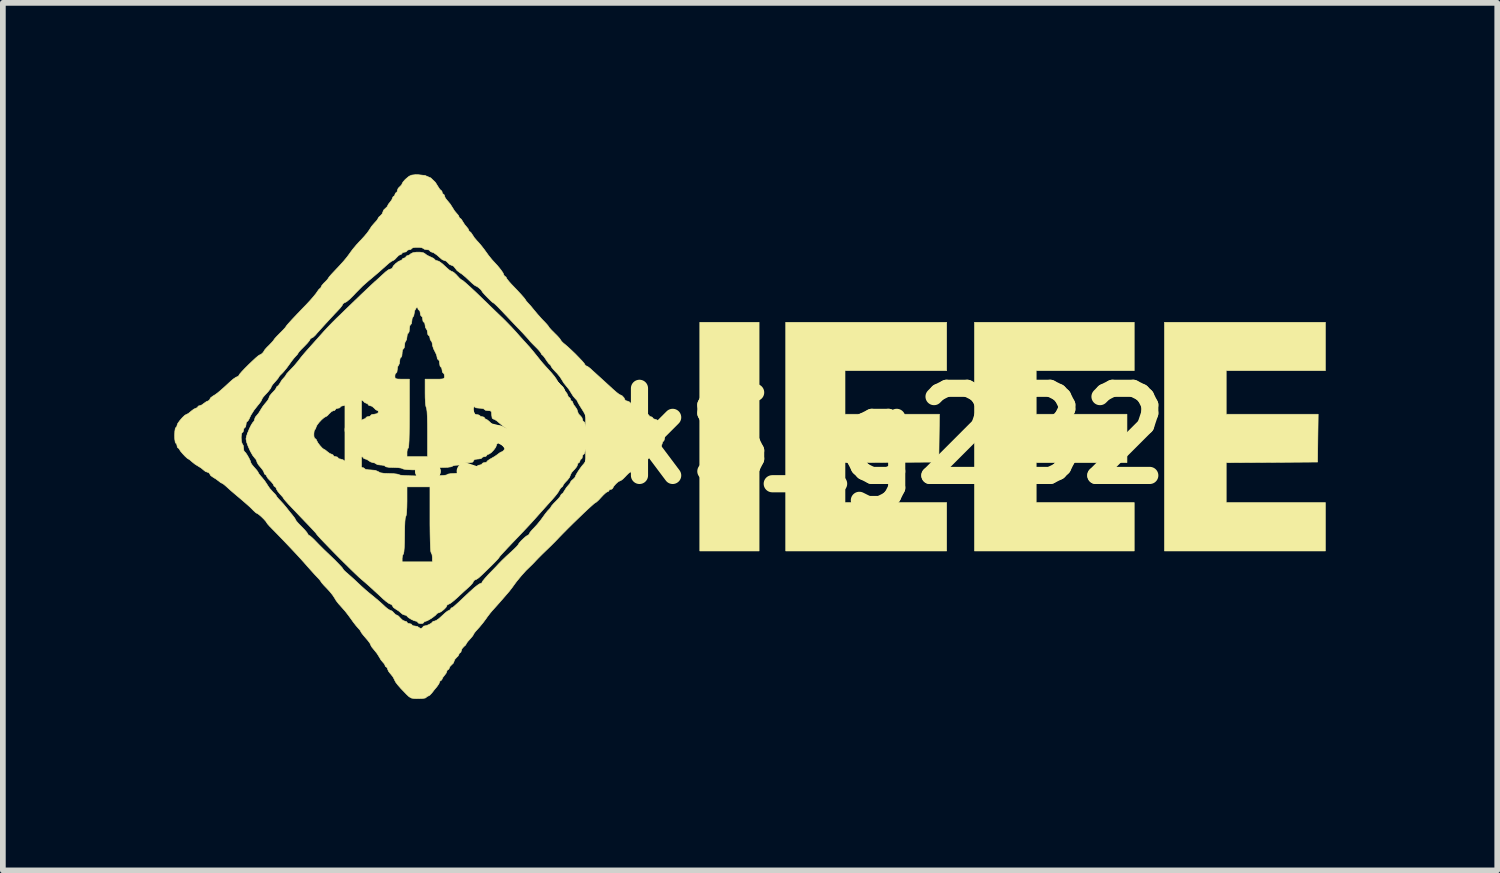
<source format=kicad_pcb>
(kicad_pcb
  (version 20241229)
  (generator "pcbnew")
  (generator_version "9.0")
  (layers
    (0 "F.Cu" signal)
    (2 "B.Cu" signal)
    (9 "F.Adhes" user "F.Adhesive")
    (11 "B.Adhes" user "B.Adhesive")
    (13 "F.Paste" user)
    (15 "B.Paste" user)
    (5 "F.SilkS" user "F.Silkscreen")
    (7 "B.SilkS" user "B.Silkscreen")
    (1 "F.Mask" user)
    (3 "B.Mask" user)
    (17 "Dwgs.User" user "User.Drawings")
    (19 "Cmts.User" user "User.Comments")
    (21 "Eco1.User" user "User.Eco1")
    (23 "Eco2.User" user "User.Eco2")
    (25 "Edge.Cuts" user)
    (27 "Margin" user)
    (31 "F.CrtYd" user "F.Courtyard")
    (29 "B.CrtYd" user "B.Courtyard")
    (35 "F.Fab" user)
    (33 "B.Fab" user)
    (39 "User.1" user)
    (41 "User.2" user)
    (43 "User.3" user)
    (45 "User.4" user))
  (footprint "F.SilkS_g282"
    (layer "F.Cu")
    (at 10.059 4.577)
    (property "Reference" "F.SilkS_g282" (at 0 0 0) (layer "F.SilkS") (effects (font (size 1.524 1.524) (thickness 0.3))))
    (attr through_hole)
    (fp_poly (pts (xy 0.169 2.011) (xy -0.868 2.011) (xy -0.868 -1.99) (xy 0.169 -1.99) (xy 0.169 2.011)) (stroke (width 0.01) (type solid)) (fill yes) (layer "F.SilkS"))
    (fp_poly (pts (xy 6.731 -1.143) (xy 5.016 -1.143) (xy 5.016 -0.381) (xy 6.604 -0.381) (xy 6.604 0.466) (xy 5.016 0.466) (xy 5.016 1.164) (xy 6.731 1.164) (xy 6.731 2.011) (xy 3.937 2.011) (xy 3.937 -1.99) (xy 6.731 -1.99) (xy 6.731 -1.143)) (stroke (width 0.01) (type solid)) (fill yes) (layer "F.SilkS"))
    (fp_poly (pts (xy 3.45 -1.143) (xy 1.672 -1.143) (xy 1.672 -0.381) (xy 3.324 -0.381) (xy 3.318 0.037) (xy 3.313 0.455) (xy 2.492 0.461) (xy 1.672 0.466) (xy 1.672 1.164) (xy 3.45 1.164) (xy 3.45 2.011) (xy 0.635 2.011) (xy 0.635 -1.99) (xy 3.45 -1.99) (xy 3.45 -1.143)) (stroke (width 0.01) (type solid)) (fill yes) (layer "F.SilkS"))
    (fp_poly (pts (xy 10.075 -1.143) (xy 8.34 -1.143) (xy 8.34 -0.381) (xy 9.949 -0.381) (xy 9.943 0.037) (xy 9.938 0.455) (xy 9.139 0.461) (xy 8.34 0.466) (xy 8.34 1.164) (xy 10.075 1.164) (xy 10.075 2.011) (xy 7.26 2.011) (xy 7.26 -1.99) (xy 10.075 -1.99) (xy 10.075 -1.143)) (stroke (width 0.01) (type solid)) (fill yes) (layer "F.SilkS"))
    (fp_poly (pts (xy -5.759 -3.216) (xy -5.701 -3.205) (xy -5.676 -3.19) (xy -5.642 -3.164) (xy -5.588 -3.137) (xy -5.578 -3.133) (xy -5.53 -3.11) (xy -5.505 -3.09) (xy -5.503 -3.086) (xy -5.486 -3.071) (xy -5.472 -3.069) (xy -5.431 -3.056) (xy -5.374 -3.015) (xy -5.295 -2.943) (xy -5.289 -2.937) (xy -5.244 -2.899) (xy -5.208 -2.879) (xy -5.202 -2.878) (xy -5.173 -2.863) (xy -5.131 -2.825) (xy -5.112 -2.804) (xy -5.071 -2.76) (xy -5.041 -2.734) (xy -5.033 -2.731) (xy -5.009 -2.716) (xy -4.956 -2.671) (xy -4.876 -2.599) (xy -4.769 -2.499) (xy -4.638 -2.372) (xy -4.603 -2.339) (xy -4.519 -2.257) (xy -4.432 -2.173) (xy -4.354 -2.098) (xy -4.315 -2.061) (xy -4.242 -1.988) (xy -4.159 -1.902) (xy -4.085 -1.822) (xy -4.019 -1.747) (xy -3.952 -1.673) (xy -3.899 -1.615) (xy -3.895 -1.61) (xy -3.837 -1.546) (xy -3.781 -1.479) (xy -3.764 -1.458) (xy -3.695 -1.372) (xy -3.646 -1.311) (xy -3.608 -1.266) (xy -3.573 -1.227) (xy -3.536 -1.186) (xy -3.535 -1.185) (xy -3.462 -1.105) (xy -3.413 -1.046) (xy -3.379 -0.998) (xy -3.365 -0.974) (xy -3.35 -0.947) (xy -3.331 -0.919) (xy -3.302 -0.882) (xy -3.255 -0.826) (xy -3.223 -0.787) (xy -3.19 -0.741) (xy -3.175 -0.706) (xy -3.175 -0.704) (xy -3.162 -0.679) (xy -3.154 -0.677) (xy -3.135 -0.66) (xy -3.133 -0.646) (xy -3.121 -0.617) (xy -3.111 -0.614) (xy -3.092 -0.597) (xy -3.09 -0.586) (xy -3.077 -0.551) (xy -3.048 -0.513) (xy -3.017 -0.467) (xy -3.006 -0.429) (xy -2.99 -0.387) (xy -2.963 -0.36) (xy -2.93 -0.322) (xy -2.921 -0.292) (xy -2.911 -0.26) (xy -2.9 -0.254) (xy -2.881 -0.237) (xy -2.879 -0.225) (xy -2.869 -0.186) (xy -2.847 -0.135) (xy -2.826 -0.07) (xy -2.817 0.013) (xy -2.818 0.098) (xy -2.831 0.169) (xy -2.846 0.202) (xy -2.871 0.25) (xy -2.878 0.28) (xy -2.889 0.312) (xy -2.9 0.318) (xy -2.917 0.335) (xy -2.921 0.36) (xy -2.93 0.394) (xy -2.942 0.402) (xy -2.961 0.419) (xy -2.963 0.434) (xy -2.975 0.462) (xy -2.985 0.466) (xy -3.003 0.483) (xy -3.006 0.5) (xy -3.02 0.535) (xy -3.056 0.58) (xy -3.069 0.593) (xy -3.11 0.639) (xy -3.131 0.68) (xy -3.133 0.688) (xy -3.147 0.724) (xy -3.184 0.771) (xy -3.196 0.783) (xy -3.236 0.826) (xy -3.258 0.859) (xy -3.26 0.866) (xy -3.272 0.888) (xy -3.277 0.889) (xy -3.298 0.906) (xy -3.325 0.946) (xy -3.325 0.947) (xy -3.343 0.979) (xy -3.368 1.014) (xy -3.404 1.059) (xy -3.457 1.12) (xy -3.534 1.205) (xy -3.535 1.206) (xy -3.584 1.261) (xy -3.65 1.334) (xy -3.719 1.412) (xy -3.736 1.431) (xy -3.809 1.512) (xy -3.897 1.607) (xy -3.986 1.701) (xy -4.022 1.739) (xy -4.141 1.863) (xy -4.234 1.961) (xy -4.301 2.033) (xy -4.347 2.083) (xy -4.373 2.114) (xy -4.381 2.128) (xy -4.381 2.128) (xy -4.396 2.147) (xy -4.433 2.187) (xy -4.487 2.242) (xy -4.551 2.305) (xy -4.616 2.368) (xy -4.675 2.425) (xy -4.722 2.468) (xy -4.738 2.482) (xy -4.779 2.509) (xy -4.805 2.519) (xy -4.825 2.536) (xy -4.827 2.545) (xy -4.842 2.572) (xy -4.881 2.616) (xy -4.924 2.656) (xy -4.994 2.719) (xy -5.073 2.792) (xy -5.127 2.842) (xy -5.185 2.892) (xy -5.233 2.928) (xy -5.262 2.942) (xy -5.263 2.942) (xy -5.289 2.956) (xy -5.292 2.966) (xy -5.307 2.996) (xy -5.345 3.035) (xy -5.39 3.071) (xy -5.427 3.09) (xy -5.433 3.09) (xy -5.461 3.102) (xy -5.465 3.106) (xy -5.49 3.134) (xy -5.537 3.171) (xy -5.592 3.207) (xy -5.64 3.233) (xy -5.661 3.239) (xy -5.69 3.25) (xy -5.694 3.26) (xy -5.712 3.276) (xy -5.747 3.281) (xy -5.787 3.274) (xy -5.8 3.26) (xy -5.817 3.241) (xy -5.83 3.239) (xy -5.867 3.229) (xy -5.916 3.206) (xy -5.962 3.178) (xy -5.988 3.154) (xy -5.99 3.149) (xy -6.008 3.135) (xy -6.025 3.133) (xy -6.066 3.118) (xy -6.094 3.095) (xy -6.138 3.058) (xy -6.186 3.028) (xy -6.227 2.999) (xy -6.244 2.97) (xy -6.244 2.97) (xy -6.261 2.945) (xy -6.275 2.942) (xy -6.306 2.929) (xy -6.356 2.893) (xy -6.404 2.852) (xy -6.476 2.785) (xy -6.557 2.711) (xy -6.604 2.667) (xy -6.673 2.605) (xy -6.743 2.544) (xy -6.785 2.508) (xy -6.829 2.47) (xy -6.892 2.41) (xy -6.971 2.334) (xy -7.06 2.246) (xy -7.155 2.152) (xy -7.168 2.139) (xy -6.075 2.139) (xy -6.075 2.201) (xy -5.546 2.201) (xy -5.546 2.128) (xy -5.551 2.076) (xy -5.565 2.044) (xy -5.567 2.043) (xy -5.574 2.017) (xy -5.579 1.952) (xy -5.583 1.85) (xy -5.586 1.714) (xy -5.588 1.545) (xy -5.588 1.459) (xy -5.588 0.889) (xy -5.99 0.889) (xy -5.99 1.142) (xy -5.992 1.247) (xy -5.997 1.332) (xy -6.004 1.388) (xy -6.011 1.408) (xy -6.02 1.433) (xy -6.026 1.496) (xy -6.03 1.589) (xy -6.032 1.707) (xy -6.032 1.736) (xy -6.034 1.859) (xy -6.038 1.958) (xy -6.044 2.027) (xy -6.052 2.062) (xy -6.054 2.064) (xy -6.069 2.092) (xy -6.075 2.139) (xy -7.168 2.139) (xy -7.251 2.055) (xy -7.342 1.962) (xy -7.425 1.876) (xy -7.495 1.803) (xy -7.546 1.747) (xy -7.574 1.713) (xy -7.578 1.706) (xy -7.591 1.689) (xy -7.629 1.648) (xy -7.685 1.588) (xy -7.754 1.516) (xy -7.763 1.507) (xy -7.89 1.374) (xy -7.99 1.269) (xy -8.064 1.191) (xy -8.113 1.136) (xy -8.141 1.103) (xy -8.149 1.09) (xy -8.162 1.069) (xy -8.196 1.031) (xy -8.213 1.013) (xy -8.252 0.965) (xy -8.274 0.927) (xy -8.276 0.918) (xy -8.289 0.892) (xy -8.297 0.889) (xy -8.318 0.873) (xy -8.319 0.866) (xy -8.333 0.838) (xy -8.368 0.796) (xy -8.382 0.783) (xy -8.422 0.741) (xy -8.444 0.707) (xy -8.445 0.701) (xy -8.46 0.678) (xy -8.467 0.677) (xy -8.485 0.66) (xy -8.488 0.645) (xy -8.502 0.611) (xy -8.536 0.564) (xy -8.551 0.547) (xy -8.591 0.499) (xy -8.613 0.459) (xy -8.615 0.449) (xy -8.63 0.411) (xy -8.654 0.383) (xy -8.69 0.337) (xy -8.731 0.264) (xy -8.768 0.182) (xy -8.796 0.104) (xy -8.806 0.049) (xy -8.797 0.004) (xy -8.781 -0.044) (xy -7.619 -0.044) (xy -7.618 0.004) (xy -7.608 0.037) (xy -7.6 0.042) (xy -7.578 0.06) (xy -7.568 0.082) (xy -7.548 0.12) (xy -7.513 0.166) (xy -7.475 0.208) (xy -7.446 0.231) (xy -7.44 0.233) (xy -7.417 0.246) (xy -7.382 0.275) (xy -7.34 0.306) (xy -7.309 0.318) (xy -7.284 0.33) (xy -7.281 0.339) (xy -7.264 0.356) (xy -7.239 0.36) (xy -7.205 0.369) (xy -7.197 0.381) (xy -7.179 0.398) (xy -7.156 0.402) (xy -7.107 0.417) (xy -7.083 0.434) (xy -7.042 0.46) (xy -7.018 0.466) (xy -6.989 0.477) (xy -6.985 0.487) (xy -6.967 0.502) (xy -6.922 0.508) (xy -6.921 0.508) (xy -6.877 0.514) (xy -6.858 0.529) (xy -6.858 0.529) (xy -6.84 0.544) (xy -6.795 0.55) (xy -6.795 0.55) (xy -6.75 0.556) (xy -6.731 0.571) (xy -6.731 0.572) (xy -6.712 0.584) (xy -6.663 0.591) (xy -6.627 0.593) (xy -6.547 0.6) (xy -6.496 0.62) (xy -6.491 0.624) (xy -6.454 0.643) (xy -6.388 0.653) (xy -6.3 0.656) (xy -6.222 0.659) (xy -6.161 0.666) (xy -6.129 0.676) (xy -6.128 0.677) (xy -6.102 0.685) (xy -6.038 0.691) (xy -5.94 0.695) (xy -5.812 0.698) (xy -5.703 0.699) (xy -5.55 0.697) (xy -5.43 0.694) (xy -5.346 0.689) (xy -5.3 0.682) (xy -5.292 0.677) (xy -5.273 0.666) (xy -5.223 0.658) (xy -5.178 0.656) (xy -5.09 0.649) (xy -5.041 0.628) (xy -5.038 0.624) (xy -4.998 0.601) (xy -4.952 0.593) (xy -4.904 0.586) (xy -4.879 0.572) (xy -4.85 0.555) (xy -4.814 0.55) (xy -4.775 0.543) (xy -4.763 0.529) (xy -4.745 0.512) (xy -4.72 0.508) (xy -4.686 0.499) (xy -4.678 0.487) (xy -4.66 0.47) (xy -4.636 0.466) (xy -4.601 0.459) (xy -4.593 0.449) (xy -4.576 0.43) (xy -4.534 0.402) (xy -4.514 0.391) (xy -4.452 0.355) (xy -4.401 0.319) (xy -4.393 0.312) (xy -4.354 0.284) (xy -4.329 0.275) (xy -4.302 0.257) (xy -4.27 0.21) (xy -4.241 0.148) (xy -4.22 0.082) (xy -4.212 0.031) (xy -4.219 -0.029) (xy -4.235 -0.088) (xy -4.256 -0.132) (xy -4.275 -0.148) (xy -4.296 -0.162) (xy -4.337 -0.196) (xy -4.367 -0.222) (xy -4.418 -0.265) (xy -4.461 -0.292) (xy -4.477 -0.296) (xy -4.5 -0.312) (xy -4.508 -0.364) (xy -4.508 -0.37) (xy -4.512 -0.42) (xy -4.53 -0.441) (xy -4.572 -0.445) (xy -4.617 -0.451) (xy -4.635 -0.465) (xy -4.636 -0.466) (xy -4.654 -0.479) (xy -4.701 -0.486) (xy -4.72 -0.487) (xy -4.773 -0.492) (xy -4.803 -0.503) (xy -4.805 -0.508) (xy -4.823 -0.522) (xy -4.869 -0.529) (xy -4.878 -0.529) (xy -4.93 -0.535) (xy -4.962 -0.548) (xy -4.964 -0.55) (xy -4.993 -0.567) (xy -5.028 -0.572) (xy -5.069 -0.561) (xy -5.08 -0.529) (xy -5.071 -0.495) (xy -5.059 -0.487) (xy -5.043 -0.469) (xy -5.038 -0.434) (xy -5.036 -0.407) (xy -5.024 -0.391) (xy -4.993 -0.384) (xy -4.935 -0.381) (xy -4.879 -0.381) (xy -4.799 -0.378) (xy -4.743 -0.371) (xy -4.72 -0.361) (xy -4.72 -0.36) (xy -4.702 -0.343) (xy -4.678 -0.339) (xy -4.643 -0.33) (xy -4.636 -0.318) (xy -4.619 -0.297) (xy -4.613 -0.296) (xy -4.583 -0.281) (xy -4.538 -0.243) (xy -4.49 -0.194) (xy -4.449 -0.145) (xy -4.426 -0.106) (xy -4.424 -0.097) (xy -4.411 -0.061) (xy -4.403 -0.053) (xy -4.389 -0.025) (xy -4.382 0.027) (xy -4.381 0.044) (xy -4.386 0.096) (xy -4.398 0.125) (xy -4.403 0.127) (xy -4.421 0.144) (xy -4.424 0.159) (xy -4.438 0.197) (xy -4.473 0.245) (xy -4.515 0.289) (xy -4.554 0.315) (xy -4.565 0.318) (xy -4.591 0.33) (xy -4.593 0.339) (xy -4.611 0.356) (xy -4.636 0.36) (xy -4.67 0.369) (xy -4.678 0.381) (xy -4.696 0.395) (xy -4.742 0.402) (xy -4.752 0.402) (xy -4.807 0.409) (xy -4.826 0.431) (xy -4.826 0.434) (xy -4.84 0.456) (xy -4.886 0.465) (xy -4.911 0.466) (xy -4.964 0.47) (xy -4.993 0.482) (xy -4.995 0.487) (xy -5.014 0.5) (xy -5.062 0.507) (xy -5.089 0.508) (xy -5.149 0.512) (xy -5.189 0.523) (xy -5.196 0.529) (xy -5.222 0.539) (xy -5.28 0.547) (xy -5.357 0.55) (xy -5.376 0.55) (xy -5.456 0.553) (xy -5.519 0.56) (xy -5.554 0.569) (xy -5.556 0.572) (xy -5.582 0.58) (xy -5.642 0.587) (xy -5.729 0.592) (xy -5.81 0.593) (xy -5.912 0.591) (xy -5.994 0.586) (xy -6.047 0.579) (xy -6.064 0.572) (xy -6.091 0.561) (xy -6.147 0.553) (xy -6.222 0.55) (xy -6.224 0.55) (xy -6.3 0.548) (xy -6.352 0.54) (xy -6.371 0.529) (xy -6.39 0.515) (xy -6.435 0.508) (xy -6.444 0.508) (xy -6.497 0.502) (xy -6.528 0.489) (xy -6.53 0.487) (xy -6.56 0.469) (xy -6.583 0.466) (xy -6.63 0.451) (xy -6.654 0.434) (xy -6.695 0.408) (xy -6.719 0.402) (xy -6.748 0.391) (xy -6.752 0.381) (xy -6.77 0.364) (xy -6.795 0.36) (xy -6.829 0.351) (xy -6.837 0.339) (xy -6.853 0.318) (xy -6.86 0.318) (xy -6.891 0.304) (xy -6.925 0.274) (xy -6.943 0.245) (xy -6.943 0.244) (xy -6.956 0.221) (xy -6.985 0.186) (xy -7.019 0.121) (xy -7.027 0.049) (xy -7.025 0.000399) (xy -7.012 -0.04) (xy -6.984 -0.083) (xy -6.933 -0.139) (xy -6.904 -0.169) (xy -6.842 -0.228) (xy -6.789 -0.272) (xy -6.752 -0.295) (xy -6.745 -0.296) (xy -6.715 -0.307) (xy -6.71 -0.318) (xy -6.692 -0.335) (xy -6.668 -0.339) (xy -6.633 -0.348) (xy -6.625 -0.36) (xy -6.607 -0.375) (xy -6.564 -0.381) (xy -6.514 -0.391) (xy -6.491 -0.413) (xy -6.493 -0.44) (xy -6.505 -0.445) (xy -6.536 -0.46) (xy -6.562 -0.487) (xy -6.6 -0.52) (xy -6.63 -0.529) (xy -6.662 -0.539) (xy -6.668 -0.55) (xy -6.685 -0.569) (xy -6.7 -0.572) (xy -6.735 -0.589) (xy -6.745 -0.603) (xy -6.775 -0.627) (xy -6.844 -0.635) (xy -6.847 -0.635) (xy -6.918 -0.627) (xy -6.95 -0.605) (xy -6.95 -0.603) (xy -6.979 -0.579) (xy -7.016 -0.572) (xy -7.056 -0.564) (xy -7.07 -0.55) (xy -7.087 -0.533) (xy -7.112 -0.529) (xy -7.146 -0.52) (xy -7.154 -0.508) (xy -7.172 -0.491) (xy -7.197 -0.487) (xy -7.231 -0.478) (xy -7.239 -0.466) (xy -7.256 -0.447) (xy -7.273 -0.445) (xy -7.309 -0.429) (xy -7.348 -0.392) (xy -7.349 -0.392) (xy -7.383 -0.355) (xy -7.41 -0.339) (xy -7.411 -0.339) (xy -7.44 -0.323) (xy -7.483 -0.286) (xy -7.528 -0.238) (xy -7.563 -0.192) (xy -7.578 -0.161) (xy -7.59 -0.124) (xy -7.599 -0.116) (xy -7.613 -0.09) (xy -7.619 -0.044) (xy -8.781 -0.044) (xy -8.775 -0.06) (xy -8.746 -0.13) (xy -8.714 -0.194) (xy -8.686 -0.238) (xy -8.673 -0.25) (xy -8.659 -0.275) (xy -8.657 -0.29) (xy -8.643 -0.33) (xy -8.62 -0.357) (xy -8.584 -0.401) (xy -8.551 -0.455) (xy -8.514 -0.514) (xy -8.467 -0.574) (xy -8.461 -0.58) (xy -8.424 -0.626) (xy -8.404 -0.665) (xy -8.403 -0.672) (xy -8.389 -0.705) (xy -8.353 -0.749) (xy -8.34 -0.762) (xy -8.3 -0.805) (xy -8.278 -0.838) (xy -8.276 -0.845) (xy -8.264 -0.867) (xy -8.259 -0.868) (xy -8.238 -0.885) (xy -8.211 -0.925) (xy -8.211 -0.926) (xy -8.177 -0.981) (xy -8.144 -1.018) (xy -8.118 -1.048) (xy -6.202 -1.048) (xy -6.199 -1.018) (xy -6.184 -1.003) (xy -6.148 -0.996) (xy -6.079 -0.995) (xy -6.075 -0.995) (xy -5.948 -0.995) (xy -5.948 -0.392) (xy -5.949 -0.198) (xy -5.951 -0.04) (xy -5.954 0.081) (xy -5.959 0.163) (xy -5.965 0.206) (xy -5.969 0.212) (xy -5.983 0.23) (xy -5.99 0.276) (xy -5.99 0.286) (xy -5.99 0.36) (xy -5.63 0.36) (xy -5.63 -0.062) (xy -5.631 -0.212) (xy -5.634 -0.335) (xy -5.639 -0.426) (xy -5.646 -0.481) (xy -5.652 -0.497) (xy -5.66 -0.523) (xy -5.667 -0.583) (xy -5.672 -0.67) (xy -5.673 -0.753) (xy -5.673 -0.995) (xy -5.503 -0.995) (xy -5.419 -0.995) (xy -5.369 -0.999) (xy -5.344 -1.008) (xy -5.335 -1.025) (xy -5.334 -1.048) (xy -5.341 -1.088) (xy -5.355 -1.101) (xy -5.371 -1.119) (xy -5.376 -1.154) (xy -5.384 -1.193) (xy -5.397 -1.206) (xy -5.412 -1.225) (xy -5.419 -1.269) (xy -5.419 -1.27) (xy -5.425 -1.315) (xy -5.44 -1.333) (xy -5.44 -1.333) (xy -5.459 -1.351) (xy -5.461 -1.366) (xy -5.47 -1.41) (xy -5.482 -1.44) (xy -5.51 -1.496) (xy -5.524 -1.524) (xy -5.542 -1.578) (xy -5.546 -1.607) (xy -5.555 -1.648) (xy -5.567 -1.662) (xy -5.585 -1.691) (xy -5.588 -1.716) (xy -5.597 -1.749) (xy -5.609 -1.757) (xy -5.625 -1.775) (xy -5.63 -1.809) (xy -5.638 -1.853) (xy -5.652 -1.873) (xy -5.668 -1.902) (xy -5.673 -1.938) (xy -5.68 -1.977) (xy -5.694 -1.99) (xy -5.71 -2.008) (xy -5.715 -2.043) (xy -5.722 -2.082) (xy -5.736 -2.095) (xy -5.752 -2.114) (xy -5.757 -2.148) (xy -5.765 -2.188) (xy -5.779 -2.201) (xy -5.797 -2.219) (xy -5.8 -2.235) (xy -5.803 -2.257) (xy -5.821 -2.246) (xy -5.831 -2.236) (xy -5.856 -2.191) (xy -5.863 -2.151) (xy -5.871 -2.106) (xy -5.884 -2.085) (xy -5.9 -2.056) (xy -5.905 -2.01) (xy -5.912 -1.966) (xy -5.927 -1.947) (xy -5.941 -1.929) (xy -5.948 -1.883) (xy -5.948 -1.873) (xy -5.953 -1.824) (xy -5.966 -1.8) (xy -5.969 -1.799) (xy -5.984 -1.781) (xy -5.99 -1.737) (xy -5.997 -1.688) (xy -6.011 -1.662) (xy -6.027 -1.633) (xy -6.032 -1.586) (xy -6.039 -1.542) (xy -6.054 -1.524) (xy -6.068 -1.505) (xy -6.075 -1.46) (xy -6.075 -1.45) (xy -6.08 -1.401) (xy -6.093 -1.376) (xy -6.096 -1.376) (xy -6.111 -1.357) (xy -6.117 -1.314) (xy -6.124 -1.265) (xy -6.138 -1.238) (xy -6.154 -1.21) (xy -6.16 -1.163) (xy -6.166 -1.119) (xy -6.181 -1.101) (xy -6.197 -1.083) (xy -6.202 -1.048) (xy -8.118 -1.048) (xy -8.115 -1.051) (xy -8.107 -1.068) (xy -8.093 -1.09) (xy -8.057 -1.13) (xy -8.027 -1.161) (xy -7.965 -1.226) (xy -7.904 -1.299) (xy -7.885 -1.322) (xy -7.852 -1.366) (xy -7.819 -1.407) (xy -7.779 -1.454) (xy -7.726 -1.514) (xy -7.652 -1.597) (xy -7.641 -1.609) (xy -7.59 -1.666) (xy -7.524 -1.74) (xy -7.457 -1.815) (xy -7.451 -1.822) (xy -7.376 -1.903) (xy -7.293 -1.989) (xy -7.221 -2.061) (xy -7.162 -2.117) (xy -7.083 -2.194) (xy -6.993 -2.281) (xy -6.902 -2.369) (xy -6.889 -2.381) (xy -6.797 -2.47) (xy -6.702 -2.56) (xy -6.616 -2.641) (xy -6.548 -2.704) (xy -6.541 -2.709) (xy -6.473 -2.771) (xy -6.411 -2.828) (xy -6.366 -2.869) (xy -6.361 -2.873) (xy -6.316 -2.907) (xy -6.278 -2.921) (xy -6.277 -2.921) (xy -6.248 -2.934) (xy -6.244 -2.945) (xy -6.228 -2.975) (xy -6.191 -3.014) (xy -6.145 -3.05) (xy -6.107 -3.068) (xy -6.101 -3.069) (xy -6.077 -3.083) (xy -6.075 -3.09) (xy -6.058 -3.109) (xy -6.043 -3.111) (xy -6.015 -3.123) (xy -6.011 -3.133) (xy -5.994 -3.152) (xy -5.982 -3.154) (xy -5.945 -3.169) (xy -5.927 -3.186) (xy -5.888 -3.206) (xy -5.827 -3.216) (xy -5.759 -3.216)) (stroke (width 0.01) (type solid)) (fill yes) (layer "F.SilkS"))
    (fp_poly (pts (xy -5.675 -4.558) (xy -5.574 -4.515) (xy -5.493 -4.437) (xy -5.442 -4.355) (xy -5.415 -4.314) (xy -5.394 -4.297) (xy -5.394 -4.297) (xy -5.378 -4.28) (xy -5.376 -4.265) (xy -5.365 -4.237) (xy -5.355 -4.233) (xy -5.337 -4.216) (xy -5.334 -4.201) (xy -5.32 -4.164) (xy -5.286 -4.12) (xy -5.281 -4.115) (xy -5.233 -4.057) (xy -5.193 -3.994) (xy -5.158 -3.938) (xy -5.121 -3.894) (xy -5.119 -3.892) (xy -5.089 -3.857) (xy -5.08 -3.834) (xy -5.068 -3.811) (xy -5.062 -3.81) (xy -5.041 -3.793) (xy -5.015 -3.753) (xy -5.015 -3.752) (xy -4.98 -3.697) (xy -4.948 -3.659) (xy -4.919 -3.623) (xy -4.911 -3.601) (xy -4.899 -3.578) (xy -4.893 -3.577) (xy -4.872 -3.56) (xy -4.845 -3.52) (xy -4.811 -3.468) (xy -4.762 -3.411) (xy -4.75 -3.399) (xy -4.701 -3.343) (xy -4.645 -3.272) (xy -4.613 -3.228) (xy -4.561 -3.156) (xy -4.506 -3.088) (xy -4.477 -3.056) (xy -4.406 -2.979) (xy -4.349 -2.909) (xy -4.31 -2.853) (xy -4.297 -2.82) (xy -4.283 -2.796) (xy -4.276 -2.794) (xy -4.255 -2.778) (xy -4.255 -2.772) (xy -4.241 -2.747) (xy -4.205 -2.702) (xy -4.165 -2.657) (xy -4.07 -2.558) (xy -3.995 -2.477) (xy -3.943 -2.418) (xy -3.918 -2.385) (xy -3.916 -2.38) (xy -3.902 -2.359) (xy -3.87 -2.323) (xy -3.868 -2.321) (xy -3.825 -2.274) (xy -3.775 -2.213) (xy -3.757 -2.191) (xy -3.704 -2.128) (xy -3.64 -2.056) (xy -3.604 -2.018) (xy -3.556 -1.968) (xy -3.523 -1.93) (xy -3.514 -1.915) (xy -3.5 -1.895) (xy -3.463 -1.854) (xy -3.411 -1.802) (xy -3.408 -1.799) (xy -3.355 -1.746) (xy -3.317 -1.703) (xy -3.302 -1.679) (xy -3.302 -1.679) (xy -3.286 -1.656) (xy -3.249 -1.62) (xy -3.234 -1.609) (xy -3.179 -1.562) (xy -3.114 -1.502) (xy -3.045 -1.436) (xy -2.981 -1.37) (xy -2.926 -1.312) (xy -2.89 -1.27) (xy -2.879 -1.25) (xy -2.862 -1.228) (xy -2.857 -1.228) (xy -2.827 -1.214) (xy -2.785 -1.182) (xy -2.783 -1.18) (xy -2.743 -1.143) (xy -2.682 -1.088) (xy -2.615 -1.027) (xy -2.603 -1.016) (xy -2.526 -0.946) (xy -2.445 -0.872) (xy -2.379 -0.811) (xy -2.377 -0.81) (xy -2.323 -0.763) (xy -2.28 -0.73) (xy -2.26 -0.72) (xy -2.227 -0.704) (xy -2.194 -0.669) (xy -2.18 -0.637) (xy -2.163 -0.617) (xy -2.143 -0.614) (xy -2.102 -0.598) (xy -2.074 -0.572) (xy -2.038 -0.539) (xy -2.011 -0.529) (xy -1.974 -0.513) (xy -1.947 -0.487) (xy -1.913 -0.454) (xy -1.889 -0.445) (xy -1.858 -0.427) (xy -1.849 -0.413) (xy -1.82 -0.386) (xy -1.797 -0.381) (xy -1.764 -0.372) (xy -1.757 -0.36) (xy -1.74 -0.341) (xy -1.725 -0.339) (xy -1.697 -0.327) (xy -1.693 -0.318) (xy -1.676 -0.299) (xy -1.66 -0.296) (xy -1.617 -0.281) (xy -1.58 -0.246) (xy -1.566 -0.213) (xy -1.551 -0.191) (xy -1.545 -0.191) (xy -1.528 -0.173) (xy -1.524 -0.148) (xy -1.515 -0.114) (xy -1.503 -0.106) (xy -1.49 -0.087) (xy -1.483 -0.039) (xy -1.482 -0.011) (xy -1.485 0.046) (xy -1.495 0.08) (xy -1.5 0.085) (xy -1.517 0.103) (xy -1.531 0.147) (xy -1.531 0.148) (xy -1.554 0.207) (xy -1.584 0.248) (xy -1.654 0.311) (xy -1.708 0.349) (xy -1.736 0.36) (xy -1.756 0.376) (xy -1.757 0.381) (xy -1.773 0.401) (xy -1.779 0.402) (xy -1.807 0.416) (xy -1.846 0.451) (xy -1.85 0.455) (xy -1.891 0.491) (xy -1.923 0.508) (xy -1.925 0.508) (xy -1.955 0.522) (xy -1.998 0.558) (xy -2.011 0.572) (xy -2.052 0.611) (xy -2.083 0.633) (xy -2.088 0.635) (xy -2.112 0.65) (xy -2.15 0.687) (xy -2.17 0.709) (xy -2.214 0.753) (xy -2.251 0.78) (xy -2.262 0.783) (xy -2.293 0.798) (xy -2.334 0.834) (xy -2.371 0.876) (xy -2.391 0.911) (xy -2.392 0.915) (xy -2.409 0.93) (xy -2.424 0.931) (xy -2.452 0.943) (xy -2.455 0.953) (xy -2.472 0.973) (xy -2.482 0.974) (xy -2.509 0.989) (xy -2.552 1.028) (xy -2.591 1.069) (xy -2.638 1.12) (xy -2.675 1.154) (xy -2.691 1.164) (xy -2.713 1.178) (xy -2.758 1.218) (xy -2.823 1.277) (xy -2.903 1.352) (xy -2.991 1.437) (xy -3.084 1.527) (xy -3.175 1.617) (xy -3.26 1.703) (xy -3.334 1.779) (xy -3.346 1.792) (xy -3.398 1.846) (xy -3.468 1.916) (xy -3.542 1.988) (xy -3.558 2.003) (xy -3.627 2.07) (xy -3.691 2.134) (xy -3.739 2.184) (xy -3.748 2.194) (xy -3.795 2.243) (xy -3.835 2.282) (xy -3.839 2.286) (xy -3.91 2.355) (xy -3.99 2.444) (xy -4.065 2.535) (xy -4.102 2.584) (xy -4.151 2.652) (xy -4.202 2.718) (xy -4.222 2.741) (xy -4.303 2.835) (xy -4.38 2.923) (xy -4.446 2.997) (xy -4.493 3.049) (xy -4.499 3.055) (xy -4.536 3.1) (xy -4.583 3.161) (xy -4.607 3.196) (xy -4.663 3.271) (xy -4.726 3.347) (xy -4.749 3.372) (xy -4.793 3.421) (xy -4.82 3.458) (xy -4.826 3.47) (xy -4.839 3.494) (xy -4.873 3.535) (xy -4.889 3.553) (xy -4.928 3.597) (xy -4.951 3.629) (xy -4.953 3.636) (xy -4.968 3.66) (xy -4.995 3.683) (xy -5.028 3.721) (xy -5.038 3.751) (xy -5.048 3.783) (xy -5.059 3.789) (xy -5.078 3.806) (xy -5.08 3.816) (xy -5.096 3.848) (xy -5.122 3.873) (xy -5.155 3.91) (xy -5.165 3.937) (xy -5.18 3.974) (xy -5.207 4) (xy -5.24 4.034) (xy -5.249 4.058) (xy -5.262 4.083) (xy -5.271 4.085) (xy -5.29 4.102) (xy -5.292 4.113) (xy -5.305 4.148) (xy -5.334 4.186) (xy -5.365 4.226) (xy -5.376 4.254) (xy -5.392 4.275) (xy -5.397 4.276) (xy -5.417 4.292) (xy -5.419 4.302) (xy -5.432 4.335) (xy -5.463 4.38) (xy -5.468 4.386) (xy -5.515 4.443) (xy -5.557 4.497) (xy -5.593 4.535) (xy -5.624 4.551) (xy -5.625 4.551) (xy -5.65 4.564) (xy -5.652 4.572) (xy -5.671 4.583) (xy -5.722 4.591) (xy -5.789 4.593) (xy -5.864 4.592) (xy -5.914 4.583) (xy -5.954 4.56) (xy -6 4.517) (xy -6.016 4.5) (xy -6.097 4.416) (xy -6.152 4.353) (xy -6.187 4.307) (xy -6.207 4.269) (xy -6.212 4.257) (xy -6.237 4.21) (xy -6.277 4.16) (xy -6.278 4.16) (xy -6.313 4.115) (xy -6.329 4.078) (xy -6.329 4.076) (xy -6.34 4.047) (xy -6.35 4.043) (xy -6.37 4.026) (xy -6.371 4.019) (xy -6.385 3.987) (xy -6.408 3.961) (xy -6.445 3.917) (xy -6.477 3.863) (xy -6.514 3.804) (xy -6.562 3.744) (xy -6.567 3.738) (xy -6.604 3.693) (xy -6.624 3.658) (xy -6.625 3.653) (xy -6.638 3.625) (xy -6.673 3.578) (xy -6.71 3.535) (xy -6.755 3.482) (xy -6.786 3.442) (xy -6.795 3.426) (xy -6.808 3.401) (xy -6.841 3.363) (xy -6.843 3.361) (xy -6.882 3.316) (xy -6.931 3.253) (xy -6.962 3.209) (xy -7.016 3.135) (xy -7.071 3.064) (xy -7.141 2.985) (xy -7.186 2.935) (xy -7.228 2.881) (xy -7.26 2.828) (xy -7.292 2.78) (xy -7.342 2.718) (xy -7.392 2.664) (xy -7.443 2.611) (xy -7.479 2.57) (xy -7.493 2.55) (xy -7.493 2.55) (xy -7.506 2.529) (xy -7.54 2.49) (xy -7.562 2.467) (xy -7.61 2.416) (xy -7.672 2.347) (xy -7.738 2.273) (xy -7.747 2.262) (xy -7.821 2.179) (xy -7.916 2.075) (xy -8.024 1.96) (xy -8.137 1.841) (xy -8.245 1.729) (xy -8.341 1.631) (xy -8.345 1.627) (xy -8.396 1.575) (xy -8.432 1.534) (xy -8.445 1.514) (xy -8.46 1.491) (xy -8.495 1.452) (xy -8.539 1.409) (xy -8.581 1.373) (xy -8.608 1.355) (xy -8.611 1.355) (xy -8.636 1.34) (xy -8.674 1.305) (xy -8.683 1.296) (xy -8.708 1.27) (xy -8.737 1.242) (xy -8.777 1.206) (xy -8.833 1.157) (xy -8.91 1.091) (xy -9.012 1.005) (xy -9.075 0.951) (xy -9.137 0.895) (xy -9.149 0.884) (xy -9.192 0.847) (xy -9.222 0.827) (xy -9.226 0.826) (xy -9.252 0.813) (xy -9.283 0.788) (xy -9.333 0.751) (xy -9.382 0.721) (xy -9.423 0.692) (xy -9.44 0.663) (xy -9.44 0.663) (xy -9.458 0.639) (xy -9.475 0.635) (xy -9.516 0.62) (xy -9.544 0.598) (xy -9.588 0.561) (xy -9.638 0.53) (xy -9.699 0.492) (xy -9.75 0.451) (xy -9.788 0.418) (xy -9.812 0.402) (xy -9.813 0.402) (xy -9.835 0.388) (xy -9.874 0.352) (xy -9.916 0.307) (xy -9.952 0.264) (xy -9.969 0.236) (xy -9.97 0.234) (xy -9.985 0.212) (xy -9.991 0.212) (xy -10.008 0.194) (xy -10.012 0.169) (xy -10.021 0.135) (xy -10.033 0.127) (xy -10.044 0.108) (xy -10.052 0.056) (xy -10.053 0.031) (xy -8.89 0.031) (xy -8.886 0.09) (xy -8.875 0.13) (xy -8.869 0.138) (xy -8.854 0.166) (xy -8.848 0.213) (xy -8.843 0.257) (xy -8.83 0.275) (xy -8.812 0.292) (xy -8.784 0.334) (xy -8.754 0.386) (xy -8.73 0.436) (xy -8.721 0.468) (xy -8.707 0.494) (xy -8.673 0.536) (xy -8.657 0.554) (xy -8.618 0.598) (xy -8.596 0.629) (xy -8.594 0.635) (xy -8.581 0.659) (xy -8.548 0.701) (xy -8.529 0.722) (xy -8.48 0.782) (xy -8.439 0.843) (xy -8.431 0.857) (xy -8.391 0.916) (xy -8.34 0.973) (xy -8.337 0.977) (xy -8.298 1.016) (xy -8.277 1.043) (xy -8.276 1.046) (xy -8.263 1.068) (xy -8.228 1.108) (xy -8.207 1.129) (xy -8.15 1.191) (xy -8.096 1.256) (xy -8.086 1.269) (xy -8.038 1.33) (xy -7.99 1.388) (xy -7.985 1.395) (xy -7.953 1.437) (xy -7.938 1.465) (xy -7.938 1.467) (xy -7.923 1.49) (xy -7.886 1.532) (xy -7.834 1.585) (xy -7.832 1.587) (xy -7.779 1.642) (xy -7.741 1.687) (xy -7.726 1.713) (xy -7.726 1.713) (xy -7.712 1.735) (xy -7.706 1.736) (xy -7.682 1.75) (xy -7.64 1.787) (xy -7.595 1.832) (xy -7.534 1.895) (xy -7.475 1.954) (xy -7.443 1.986) (xy -7.334 2.09) (xy -7.242 2.179) (xy -7.173 2.25) (xy -7.128 2.298) (xy -7.111 2.322) (xy -7.111 2.322) (xy -7.096 2.345) (xy -7.058 2.381) (xy -7.045 2.392) (xy -6.998 2.433) (xy -6.933 2.491) (xy -6.864 2.555) (xy -6.858 2.561) (xy -6.787 2.627) (xy -6.716 2.691) (xy -6.659 2.739) (xy -6.657 2.741) (xy -6.555 2.824) (xy -6.476 2.891) (xy -6.41 2.95) (xy -6.38 2.979) (xy -6.332 3.02) (xy -6.292 3.045) (xy -6.281 3.048) (xy -6.248 3.064) (xy -6.223 3.09) (xy -6.191 3.123) (xy -6.168 3.133) (xy -6.14 3.148) (xy -6.105 3.185) (xy -6.105 3.186) (xy -6.065 3.223) (xy -6.027 3.239) (xy -5.996 3.248) (xy -5.99 3.26) (xy -5.972 3.277) (xy -5.948 3.281) (xy -5.913 3.29) (xy -5.905 3.302) (xy -5.887 3.318) (xy -5.854 3.323) (xy -5.809 3.331) (xy -5.789 3.344) (xy -5.758 3.364) (xy -5.746 3.365) (xy -5.718 3.354) (xy -5.715 3.344) (xy -5.698 3.325) (xy -5.687 3.323) (xy -5.648 3.315) (xy -5.6 3.295) (xy -5.56 3.271) (xy -5.546 3.254) (xy -5.528 3.24) (xy -5.513 3.239) (xy -5.476 3.225) (xy -5.43 3.193) (xy -5.428 3.191) (xy -5.372 3.14) (xy -5.324 3.096) (xy -5.282 3.063) (xy -5.251 3.048) (xy -5.25 3.048) (xy -5.229 3.032) (xy -5.228 3.027) (xy -5.214 3.006) (xy -5.209 3.006) (xy -5.201 3.004) (xy -5.187 2.996) (xy -5.164 2.977) (xy -5.128 2.945) (xy -5.074 2.896) (xy -4.999 2.825) (xy -4.898 2.73) (xy -4.881 2.715) (xy -4.816 2.656) (xy -4.759 2.611) (xy -4.72 2.585) (xy -4.71 2.582) (xy -4.681 2.571) (xy -4.678 2.561) (xy -4.664 2.536) (xy -4.627 2.491) (xy -4.576 2.434) (xy -4.567 2.424) (xy -4.499 2.354) (xy -4.43 2.283) (xy -4.38 2.229) (xy -4.326 2.174) (xy -4.255 2.106) (xy -4.181 2.038) (xy -4.174 2.032) (xy -4.114 1.976) (xy -4.069 1.931) (xy -4.045 1.903) (xy -4.044 1.899) (xy -4.028 1.873) (xy -3.992 1.832) (xy -3.946 1.788) (xy -3.904 1.752) (xy -3.875 1.736) (xy -3.874 1.736) (xy -3.853 1.719) (xy -3.852 1.713) (xy -3.838 1.686) (xy -3.802 1.643) (xy -3.772 1.612) (xy -3.713 1.548) (xy -3.65 1.47) (xy -3.62 1.429) (xy -3.574 1.365) (xy -3.532 1.312) (xy -3.51 1.289) (xy -3.48 1.257) (xy -3.471 1.239) (xy -3.457 1.218) (xy -3.421 1.177) (xy -3.387 1.143) (xy -3.34 1.094) (xy -3.309 1.055) (xy -3.302 1.039) (xy -3.289 1.017) (xy -3.284 1.016) (xy -3.263 0.999) (xy -3.237 0.959) (xy -3.237 0.958) (xy -3.202 0.903) (xy -3.17 0.865) (xy -3.141 0.831) (xy -3.133 0.812) (xy -3.117 0.786) (xy -3.09 0.762) (xy -3.058 0.732) (xy -3.048 0.715) (xy -3.036 0.685) (xy -3.007 0.635) (xy -2.968 0.576) (xy -2.928 0.522) (xy -2.896 0.485) (xy -2.895 0.484) (xy -2.865 0.439) (xy -2.857 0.405) (xy -2.849 0.369) (xy -2.836 0.36) (xy -2.819 0.342) (xy -2.815 0.318) (xy -2.806 0.283) (xy -2.794 0.275) (xy -2.777 0.257) (xy -2.773 0.234) (xy -2.763 0.194) (xy -2.752 0.18) (xy -2.741 0.153) (xy -2.733 0.097) (xy -2.731 0.031) (xy -2.734 -0.041) (xy -2.741 -0.09) (xy -2.752 -0.106) (xy -2.768 -0.124) (xy -2.773 -0.159) (xy -2.78 -0.199) (xy -2.794 -0.212) (xy -2.811 -0.229) (xy -2.815 -0.254) (xy -2.824 -0.288) (xy -2.836 -0.296) (xy -2.855 -0.314) (xy -2.857 -0.33) (xy -2.869 -0.364) (xy -2.898 -0.42) (xy -2.932 -0.475) (xy -2.97 -0.535) (xy -2.997 -0.582) (xy -3.006 -0.603) (xy -3.02 -0.628) (xy -3.045 -0.654) (xy -3.082 -0.697) (xy -3.118 -0.753) (xy -3.119 -0.756) (xy -3.158 -0.818) (xy -3.202 -0.872) (xy -3.247 -0.928) (xy -3.281 -0.984) (xy -3.315 -1.037) (xy -3.366 -1.099) (xy -3.392 -1.125) (xy -3.437 -1.174) (xy -3.466 -1.212) (xy -3.471 -1.226) (xy -3.483 -1.248) (xy -3.488 -1.249) (xy -3.507 -1.265) (xy -3.539 -1.307) (xy -3.556 -1.333) (xy -3.59 -1.383) (xy -3.617 -1.414) (xy -3.624 -1.418) (xy -3.64 -1.435) (xy -3.641 -1.441) (xy -3.655 -1.466) (xy -3.692 -1.51) (xy -3.745 -1.564) (xy -3.747 -1.566) (xy -3.799 -1.618) (xy -3.837 -1.658) (xy -3.852 -1.677) (xy -3.852 -1.677) (xy -3.866 -1.694) (xy -3.904 -1.736) (xy -3.96 -1.797) (xy -4.029 -1.87) (xy -4.044 -1.885) (xy -4.129 -1.974) (xy -4.216 -2.066) (xy -4.295 -2.149) (xy -4.35 -2.207) (xy -4.405 -2.264) (xy -4.449 -2.306) (xy -4.474 -2.327) (xy -4.477 -2.328) (xy -4.498 -2.342) (xy -4.537 -2.378) (xy -4.584 -2.425) (xy -4.63 -2.473) (xy -4.665 -2.512) (xy -4.678 -2.532) (xy -4.693 -2.556) (xy -4.728 -2.588) (xy -4.765 -2.616) (xy -4.787 -2.625) (xy -4.81 -2.639) (xy -4.853 -2.675) (xy -4.906 -2.725) (xy -4.967 -2.782) (xy -5.025 -2.83) (xy -5.062 -2.855) (xy -5.114 -2.894) (xy -5.145 -2.934) (xy -5.176 -2.972) (xy -5.206 -2.985) (xy -5.244 -3) (xy -5.271 -3.027) (xy -5.305 -3.06) (xy -5.33 -3.069) (xy -5.369 -3.083) (xy -5.386 -3.096) (xy -5.463 -3.164) (xy -5.523 -3.206) (xy -5.556 -3.217) (xy -5.584 -3.229) (xy -5.588 -3.239) (xy -5.606 -3.255) (xy -5.64 -3.26) (xy -5.684 -3.267) (xy -5.704 -3.281) (xy -5.731 -3.294) (xy -5.78 -3.301) (xy -5.835 -3.301) (xy -5.882 -3.295) (xy -5.905 -3.283) (xy -5.905 -3.281) (xy -5.923 -3.264) (xy -5.948 -3.26) (xy -5.982 -3.251) (xy -5.99 -3.239) (xy -6.008 -3.221) (xy -6.032 -3.217) (xy -6.067 -3.208) (xy -6.075 -3.196) (xy -6.092 -3.177) (xy -6.104 -3.175) (xy -6.136 -3.159) (xy -6.172 -3.122) (xy -6.207 -3.085) (xy -6.234 -3.069) (xy -6.234 -3.069) (xy -6.262 -3.056) (xy -6.308 -3.022) (xy -6.333 -3) (xy -6.486 -2.864) (xy -6.613 -2.756) (xy -6.657 -2.72) (xy -6.765 -2.625) (xy -6.886 -2.503) (xy -6.924 -2.462) (xy -6.99 -2.396) (xy -7.047 -2.349) (xy -7.087 -2.329) (xy -7.091 -2.328) (xy -7.111 -2.312) (xy -7.112 -2.307) (xy -7.126 -2.281) (xy -7.161 -2.236) (xy -7.202 -2.192) (xy -7.262 -2.129) (xy -7.337 -2.048) (xy -7.418 -1.96) (xy -7.496 -1.874) (xy -7.561 -1.802) (xy -7.595 -1.762) (xy -7.632 -1.728) (xy -7.66 -1.714) (xy -7.682 -1.699) (xy -7.684 -1.692) (xy -7.698 -1.667) (xy -7.735 -1.622) (xy -7.787 -1.568) (xy -7.789 -1.566) (xy -7.842 -1.513) (xy -7.88 -1.471) (xy -7.895 -1.449) (xy -7.895 -1.448) (xy -7.909 -1.425) (xy -7.934 -1.399) (xy -7.966 -1.363) (xy -8.011 -1.306) (xy -8.044 -1.259) (xy -8.094 -1.19) (xy -8.146 -1.127) (xy -8.174 -1.097) (xy -8.213 -1.058) (xy -8.233 -1.032) (xy -8.234 -1.028) (xy -8.247 -1.007) (xy -8.281 -0.967) (xy -8.297 -0.949) (xy -8.336 -0.905) (xy -8.359 -0.872) (xy -8.361 -0.865) (xy -8.376 -0.832) (xy -8.418 -0.777) (xy -8.483 -0.707) (xy -8.516 -0.667) (xy -8.53 -0.637) (xy -8.53 -0.637) (xy -8.543 -0.609) (xy -8.576 -0.564) (xy -8.597 -0.539) (xy -8.665 -0.453) (xy -8.721 -0.364) (xy -8.755 -0.291) (xy -8.775 -0.26) (xy -8.787 -0.254) (xy -8.801 -0.236) (xy -8.805 -0.201) (xy -8.813 -0.161) (xy -8.826 -0.148) (xy -8.844 -0.13) (xy -8.848 -0.106) (xy -8.857 -0.071) (xy -8.869 -0.064) (xy -8.882 -0.045) (xy -8.889 0.003) (xy -8.89 0.031) (xy -10.053 0.031) (xy -10.054 -0.011) (xy -10.051 -0.082) (xy -10.043 -0.132) (xy -10.033 -0.148) (xy -10.016 -0.166) (xy -10.012 -0.188) (xy -9.998 -0.223) (xy -9.963 -0.271) (xy -9.919 -0.322) (xy -9.876 -0.363) (xy -9.843 -0.381) (xy -9.841 -0.381) (xy -9.815 -0.394) (xy -9.774 -0.427) (xy -9.766 -0.434) (xy -9.721 -0.469) (xy -9.685 -0.486) (xy -9.681 -0.487) (xy -9.655 -0.499) (xy -9.652 -0.508) (xy -9.635 -0.527) (xy -9.619 -0.529) (xy -9.581 -0.543) (xy -9.541 -0.572) (xy -9.499 -0.602) (xy -9.468 -0.614) (xy -9.443 -0.631) (xy -9.44 -0.642) (xy -9.423 -0.671) (xy -9.383 -0.7) (xy -9.347 -0.722) (xy -9.304 -0.753) (xy -9.249 -0.799) (xy -9.176 -0.864) (xy -9.086 -0.947) (xy -9.031 -0.995) (xy -8.984 -1.027) (xy -8.961 -1.037) (xy -8.935 -1.05) (xy -8.932 -1.059) (xy -8.918 -1.082) (xy -8.88 -1.126) (xy -8.825 -1.184) (xy -8.761 -1.248) (xy -8.696 -1.31) (xy -8.637 -1.365) (xy -8.592 -1.403) (xy -8.568 -1.418) (xy -8.568 -1.418) (xy -8.538 -1.432) (xy -8.505 -1.463) (xy -8.488 -1.491) (xy -8.488 -1.492) (xy -8.474 -1.513) (xy -8.438 -1.553) (xy -8.403 -1.587) (xy -8.357 -1.635) (xy -8.326 -1.67) (xy -8.319 -1.682) (xy -8.304 -1.703) (xy -8.267 -1.744) (xy -8.215 -1.797) (xy -8.213 -1.799) (xy -8.16 -1.852) (xy -8.122 -1.893) (xy -8.107 -1.914) (xy -8.107 -1.914) (xy -8.095 -1.932) (xy -8.059 -1.974) (xy -7.998 -2.041) (xy -7.909 -2.135) (xy -7.792 -2.257) (xy -7.755 -2.295) (xy -7.686 -2.369) (xy -7.625 -2.439) (xy -7.58 -2.495) (xy -7.565 -2.517) (xy -7.535 -2.56) (xy -7.512 -2.582) (xy -7.51 -2.582) (xy -7.494 -2.599) (xy -7.493 -2.606) (xy -7.479 -2.634) (xy -7.443 -2.675) (xy -7.429 -2.688) (xy -7.39 -2.728) (xy -7.368 -2.756) (xy -7.366 -2.761) (xy -7.352 -2.782) (xy -7.317 -2.823) (xy -7.276 -2.867) (xy -7.175 -2.974) (xy -7.098 -3.059) (xy -7.04 -3.129) (xy -6.994 -3.191) (xy -6.981 -3.21) (xy -6.938 -3.268) (xy -6.877 -3.341) (xy -6.81 -3.414) (xy -6.801 -3.422) (xy -6.739 -3.49) (xy -6.685 -3.554) (xy -6.65 -3.603) (xy -6.646 -3.61) (xy -6.608 -3.669) (xy -6.559 -3.726) (xy -6.556 -3.729) (xy -6.519 -3.769) (xy -6.499 -3.799) (xy -6.498 -3.803) (xy -6.483 -3.829) (xy -6.456 -3.852) (xy -6.423 -3.888) (xy -6.413 -3.916) (xy -6.398 -3.953) (xy -6.371 -3.979) (xy -6.339 -4.009) (xy -6.329 -4.027) (xy -6.316 -4.054) (xy -6.287 -4.09) (xy -6.256 -4.132) (xy -6.244 -4.163) (xy -6.231 -4.189) (xy -6.223 -4.191) (xy -6.204 -4.208) (xy -6.202 -4.223) (xy -6.19 -4.251) (xy -6.181 -4.255) (xy -6.163 -4.272) (xy -6.16 -4.292) (xy -6.144 -4.333) (xy -6.117 -4.36) (xy -6.084 -4.393) (xy -6.075 -4.415) (xy -6.06 -4.442) (xy -6.024 -4.484) (xy -6.001 -4.505) (xy -5.953 -4.544) (xy -5.908 -4.564) (xy -5.847 -4.571) (xy -5.803 -4.572) (xy -5.675 -4.558)) (stroke (width 0.01) (type solid)) (fill yes) (layer "F.SilkS")))
  (gr_rect
    (start -3 -3)
    (end 23.14 12.175)
    (stroke (width 0.1) (type default))
    (fill no)
    (layer "Edge.Cuts")))
</source>
